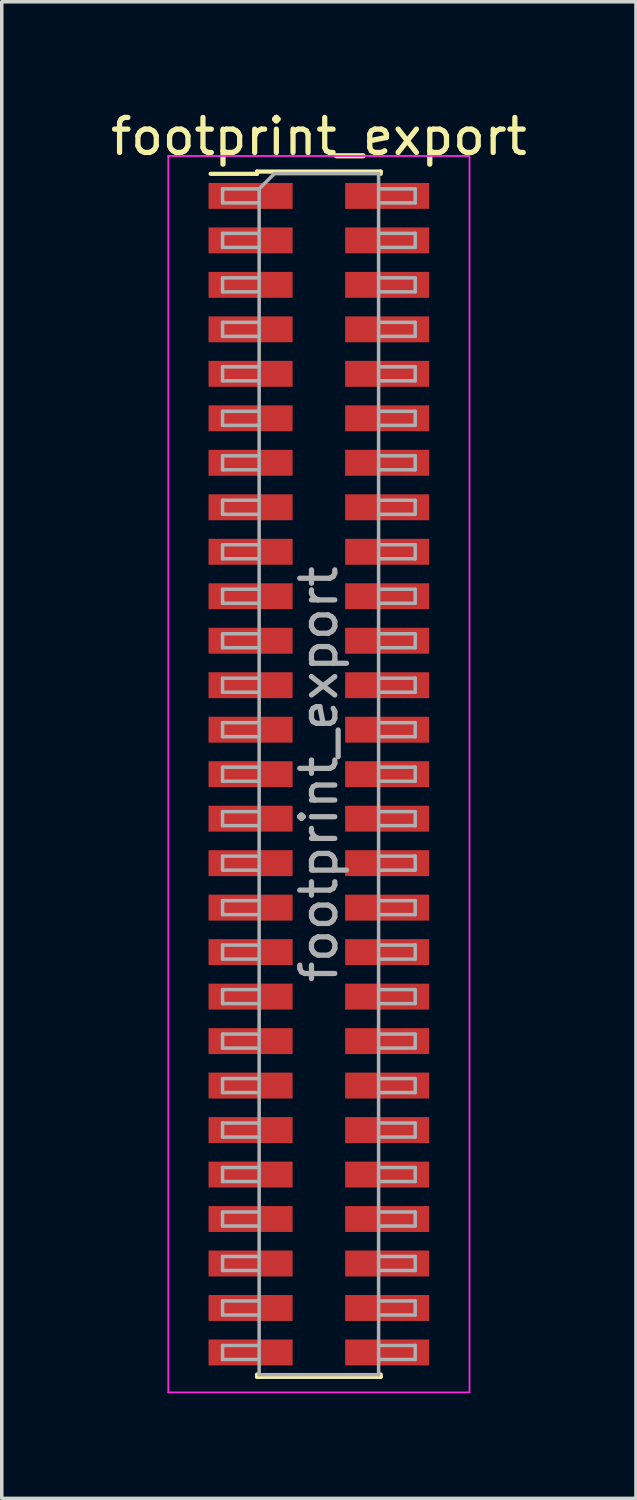
<source format=kicad_pcb>
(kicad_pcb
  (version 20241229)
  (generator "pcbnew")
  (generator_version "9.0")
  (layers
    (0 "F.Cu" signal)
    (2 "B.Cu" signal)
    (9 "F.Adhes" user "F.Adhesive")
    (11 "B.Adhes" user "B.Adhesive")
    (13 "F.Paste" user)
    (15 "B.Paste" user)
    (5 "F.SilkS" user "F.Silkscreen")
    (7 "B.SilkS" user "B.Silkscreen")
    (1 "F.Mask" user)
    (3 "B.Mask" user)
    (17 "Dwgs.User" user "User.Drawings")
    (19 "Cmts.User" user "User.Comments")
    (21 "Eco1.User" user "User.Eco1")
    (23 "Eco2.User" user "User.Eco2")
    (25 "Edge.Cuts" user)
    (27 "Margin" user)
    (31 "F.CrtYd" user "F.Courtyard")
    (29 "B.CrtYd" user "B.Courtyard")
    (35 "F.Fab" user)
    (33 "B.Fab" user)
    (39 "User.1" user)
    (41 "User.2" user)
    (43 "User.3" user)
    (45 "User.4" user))
  (footprint "footprint_export"
    (layer "F.Cu")
    (at 6.054 19.053)
    (property "Reference" "footprint_export" (at 0 -18.205 0) (layer "F.SilkS") (effects (font (size 1 1) (thickness 0.15))))
    (attr smd)
    (fp_line (start -3.09 -17.14) (end -1.765 -17.14) (stroke (width 0.12) (type solid)) (layer "F.SilkS"))
    (fp_line (start -1.765 -17.205) (end -1.765 -17.14) (stroke (width 0.12) (type solid)) (layer "F.SilkS"))
    (fp_line (start -1.765 -17.205) (end 1.765 -17.205) (stroke (width 0.12) (type solid)) (layer "F.SilkS"))
    (fp_line (start -1.765 17.14) (end -1.765 17.205) (stroke (width 0.12) (type solid)) (layer "F.SilkS"))
    (fp_line (start -1.765 17.205) (end 1.765 17.205) (stroke (width 0.12) (type solid)) (layer "F.SilkS"))
    (fp_line (start 1.765 -17.205) (end 1.765 -17.14) (stroke (width 0.12) (type solid)) (layer "F.SilkS"))
    (fp_line (start 1.765 17.14) (end 1.765 17.205) (stroke (width 0.12) (type solid)) (layer "F.SilkS"))
    (fp_line (start -4.3 -17.65) (end -4.3 17.65) (stroke (width 0.05) (type solid)) (layer "F.CrtYd"))
    (fp_line (start -4.3 17.65) (end 4.3 17.65) (stroke (width 0.05) (type solid)) (layer "F.CrtYd"))
    (fp_line (start 4.3 -17.65) (end -4.3 -17.65) (stroke (width 0.05) (type solid)) (layer "F.CrtYd"))
    (fp_line (start 4.3 17.65) (end 4.3 -17.65) (stroke (width 0.05) (type solid)) (layer "F.CrtYd"))
    (fp_line (start -2.75 -16.71) (end -2.75 -16.31) (stroke (width 0.1) (type solid)) (layer "F.Fab"))
    (fp_line (start -2.75 -16.31) (end -1.705 -16.31) (stroke (width 0.1) (type solid)) (layer "F.Fab"))
    (fp_line (start -2.75 -15.44) (end -2.75 -15.04) (stroke (width 0.1) (type solid)) (layer "F.Fab"))
    (fp_line (start -2.75 -15.04) (end -1.705 -15.04) (stroke (width 0.1) (type solid)) (layer "F.Fab"))
    (fp_line (start -2.75 -14.17) (end -2.75 -13.77) (stroke (width 0.1) (type solid)) (layer "F.Fab"))
    (fp_line (start -2.75 -13.77) (end -1.705 -13.77) (stroke (width 0.1) (type solid)) (layer "F.Fab"))
    (fp_line (start -2.75 -12.9) (end -2.75 -12.5) (stroke (width 0.1) (type solid)) (layer "F.Fab"))
    (fp_line (start -2.75 -12.5) (end -1.705 -12.5) (stroke (width 0.1) (type solid)) (layer "F.Fab"))
    (fp_line (start -2.75 -11.63) (end -2.75 -11.23) (stroke (width 0.1) (type solid)) (layer "F.Fab"))
    (fp_line (start -2.75 -11.23) (end -1.705 -11.23) (stroke (width 0.1) (type solid)) (layer "F.Fab"))
    (fp_line (start -2.75 -10.36) (end -2.75 -9.96) (stroke (width 0.1) (type solid)) (layer "F.Fab"))
    (fp_line (start -2.75 -9.96) (end -1.705 -9.96) (stroke (width 0.1) (type solid)) (layer "F.Fab"))
    (fp_line (start -2.75 -9.09) (end -2.75 -8.69) (stroke (width 0.1) (type solid)) (layer "F.Fab"))
    (fp_line (start -2.75 -8.69) (end -1.705 -8.69) (stroke (width 0.1) (type solid)) (layer "F.Fab"))
    (fp_line (start -2.75 -7.82) (end -2.75 -7.42) (stroke (width 0.1) (type solid)) (layer "F.Fab"))
    (fp_line (start -2.75 -7.42) (end -1.705 -7.42) (stroke (width 0.1) (type solid)) (layer "F.Fab"))
    (fp_line (start -2.75 -6.55) (end -2.75 -6.15) (stroke (width 0.1) (type solid)) (layer "F.Fab"))
    (fp_line (start -2.75 -6.15) (end -1.705 -6.15) (stroke (width 0.1) (type solid)) (layer "F.Fab"))
    (fp_line (start -2.75 -5.28) (end -2.75 -4.88) (stroke (width 0.1) (type solid)) (layer "F.Fab"))
    (fp_line (start -2.75 -4.88) (end -1.705 -4.88) (stroke (width 0.1) (type solid)) (layer "F.Fab"))
    (fp_line (start -2.75 -4.01) (end -2.75 -3.61) (stroke (width 0.1) (type solid)) (layer "F.Fab"))
    (fp_line (start -2.75 -3.61) (end -1.705 -3.61) (stroke (width 0.1) (type solid)) (layer "F.Fab"))
    (fp_line (start -2.75 -2.74) (end -2.75 -2.34) (stroke (width 0.1) (type solid)) (layer "F.Fab"))
    (fp_line (start -2.75 -2.34) (end -1.705 -2.34) (stroke (width 0.1) (type solid)) (layer "F.Fab"))
    (fp_line (start -2.75 -1.47) (end -2.75 -1.07) (stroke (width 0.1) (type solid)) (layer "F.Fab"))
    (fp_line (start -2.75 -1.07) (end -1.705 -1.07) (stroke (width 0.1) (type solid)) (layer "F.Fab"))
    (fp_line (start -2.75 -0.2) (end -2.75 0.2) (stroke (width 0.1) (type solid)) (layer "F.Fab"))
    (fp_line (start -2.75 0.2) (end -1.705 0.2) (stroke (width 0.1) (type solid)) (layer "F.Fab"))
    (fp_line (start -2.75 1.07) (end -2.75 1.47) (stroke (width 0.1) (type solid)) (layer "F.Fab"))
    (fp_line (start -2.75 1.47) (end -1.705 1.47) (stroke (width 0.1) (type solid)) (layer "F.Fab"))
    (fp_line (start -2.75 2.34) (end -2.75 2.74) (stroke (width 0.1) (type solid)) (layer "F.Fab"))
    (fp_line (start -2.75 2.74) (end -1.705 2.74) (stroke (width 0.1) (type solid)) (layer "F.Fab"))
    (fp_line (start -2.75 3.61) (end -2.75 4.01) (stroke (width 0.1) (type solid)) (layer "F.Fab"))
    (fp_line (start -2.75 4.01) (end -1.705 4.01) (stroke (width 0.1) (type solid)) (layer "F.Fab"))
    (fp_line (start -2.75 4.88) (end -2.75 5.28) (stroke (width 0.1) (type solid)) (layer "F.Fab"))
    (fp_line (start -2.75 5.28) (end -1.705 5.28) (stroke (width 0.1) (type solid)) (layer "F.Fab"))
    (fp_line (start -2.75 6.15) (end -2.75 6.55) (stroke (width 0.1) (type solid)) (layer "F.Fab"))
    (fp_line (start -2.75 6.55) (end -1.705 6.55) (stroke (width 0.1) (type solid)) (layer "F.Fab"))
    (fp_line (start -2.75 7.42) (end -2.75 7.82) (stroke (width 0.1) (type solid)) (layer "F.Fab"))
    (fp_line (start -2.75 7.82) (end -1.705 7.82) (stroke (width 0.1) (type solid)) (layer "F.Fab"))
    (fp_line (start -2.75 8.69) (end -2.75 9.09) (stroke (width 0.1) (type solid)) (layer "F.Fab"))
    (fp_line (start -2.75 9.09) (end -1.705 9.09) (stroke (width 0.1) (type solid)) (layer "F.Fab"))
    (fp_line (start -2.75 9.96) (end -2.75 10.36) (stroke (width 0.1) (type solid)) (layer "F.Fab"))
    (fp_line (start -2.75 10.36) (end -1.705 10.36) (stroke (width 0.1) (type solid)) (layer "F.Fab"))
    (fp_line (start -2.75 11.23) (end -2.75 11.63) (stroke (width 0.1) (type solid)) (layer "F.Fab"))
    (fp_line (start -2.75 11.63) (end -1.705 11.63) (stroke (width 0.1) (type solid)) (layer "F.Fab"))
    (fp_line (start -2.75 12.5) (end -2.75 12.9) (stroke (width 0.1) (type solid)) (layer "F.Fab"))
    (fp_line (start -2.75 12.9) (end -1.705 12.9) (stroke (width 0.1) (type solid)) (layer "F.Fab"))
    (fp_line (start -2.75 13.77) (end -2.75 14.17) (stroke (width 0.1) (type solid)) (layer "F.Fab"))
    (fp_line (start -2.75 14.17) (end -1.705 14.17) (stroke (width 0.1) (type solid)) (layer "F.Fab"))
    (fp_line (start -2.75 15.04) (end -2.75 15.44) (stroke (width 0.1) (type solid)) (layer "F.Fab"))
    (fp_line (start -2.75 15.44) (end -1.705 15.44) (stroke (width 0.1) (type solid)) (layer "F.Fab"))
    (fp_line (start -2.75 16.31) (end -2.75 16.71) (stroke (width 0.1) (type solid)) (layer "F.Fab"))
    (fp_line (start -2.75 16.71) (end -1.705 16.71) (stroke (width 0.1) (type solid)) (layer "F.Fab"))
    (fp_line (start -1.705 -16.71) (end -2.75 -16.71) (stroke (width 0.1) (type solid)) (layer "F.Fab"))
    (fp_line (start -1.705 -16.71) (end -1.27 -17.145) (stroke (width 0.1) (type solid)) (layer "F.Fab"))
    (fp_line (start -1.705 -15.44) (end -2.75 -15.44) (stroke (width 0.1) (type solid)) (layer "F.Fab"))
    (fp_line (start -1.705 -14.17) (end -2.75 -14.17) (stroke (width 0.1) (type solid)) (layer "F.Fab"))
    (fp_line (start -1.705 -12.9) (end -2.75 -12.9) (stroke (width 0.1) (type solid)) (layer "F.Fab"))
    (fp_line (start -1.705 -11.63) (end -2.75 -11.63) (stroke (width 0.1) (type solid)) (layer "F.Fab"))
    (fp_line (start -1.705 -10.36) (end -2.75 -10.36) (stroke (width 0.1) (type solid)) (layer "F.Fab"))
    (fp_line (start -1.705 -9.09) (end -2.75 -9.09) (stroke (width 0.1) (type solid)) (layer "F.Fab"))
    (fp_line (start -1.705 -7.82) (end -2.75 -7.82) (stroke (width 0.1) (type solid)) (layer "F.Fab"))
    (fp_line (start -1.705 -6.55) (end -2.75 -6.55) (stroke (width 0.1) (type solid)) (layer "F.Fab"))
    (fp_line (start -1.705 -5.28) (end -2.75 -5.28) (stroke (width 0.1) (type solid)) (layer "F.Fab"))
    (fp_line (start -1.705 -4.01) (end -2.75 -4.01) (stroke (width 0.1) (type solid)) (layer "F.Fab"))
    (fp_line (start -1.705 -2.74) (end -2.75 -2.74) (stroke (width 0.1) (type solid)) (layer "F.Fab"))
    (fp_line (start -1.705 -1.47) (end -2.75 -1.47) (stroke (width 0.1) (type solid)) (layer "F.Fab"))
    (fp_line (start -1.705 -0.2) (end -2.75 -0.2) (stroke (width 0.1) (type solid)) (layer "F.Fab"))
    (fp_line (start -1.705 1.07) (end -2.75 1.07) (stroke (width 0.1) (type solid)) (layer "F.Fab"))
    (fp_line (start -1.705 2.34) (end -2.75 2.34) (stroke (width 0.1) (type solid)) (layer "F.Fab"))
    (fp_line (start -1.705 3.61) (end -2.75 3.61) (stroke (width 0.1) (type solid)) (layer "F.Fab"))
    (fp_line (start -1.705 4.88) (end -2.75 4.88) (stroke (width 0.1) (type solid)) (layer "F.Fab"))
    (fp_line (start -1.705 6.15) (end -2.75 6.15) (stroke (width 0.1) (type solid)) (layer "F.Fab"))
    (fp_line (start -1.705 7.42) (end -2.75 7.42) (stroke (width 0.1) (type solid)) (layer "F.Fab"))
    (fp_line (start -1.705 8.69) (end -2.75 8.69) (stroke (width 0.1) (type solid)) (layer "F.Fab"))
    (fp_line (start -1.705 9.96) (end -2.75 9.96) (stroke (width 0.1) (type solid)) (layer "F.Fab"))
    (fp_line (start -1.705 11.23) (end -2.75 11.23) (stroke (width 0.1) (type solid)) (layer "F.Fab"))
    (fp_line (start -1.705 12.5) (end -2.75 12.5) (stroke (width 0.1) (type solid)) (layer "F.Fab"))
    (fp_line (start -1.705 13.77) (end -2.75 13.77) (stroke (width 0.1) (type solid)) (layer "F.Fab"))
    (fp_line (start -1.705 15.04) (end -2.75 15.04) (stroke (width 0.1) (type solid)) (layer "F.Fab"))
    (fp_line (start -1.705 16.31) (end -2.75 16.31) (stroke (width 0.1) (type solid)) (layer "F.Fab"))
    (fp_line (start -1.705 17.145) (end -1.705 -16.71) (stroke (width 0.1) (type solid)) (layer "F.Fab"))
    (fp_line (start -1.27 -17.145) (end 1.705 -17.145) (stroke (width 0.1) (type solid)) (layer "F.Fab"))
    (fp_line (start 1.705 -17.145) (end 1.705 17.145) (stroke (width 0.1) (type solid)) (layer "F.Fab"))
    (fp_line (start 1.705 -16.71) (end 2.75 -16.71) (stroke (width 0.1) (type solid)) (layer "F.Fab"))
    (fp_line (start 1.705 -15.44) (end 2.75 -15.44) (stroke (width 0.1) (type solid)) (layer "F.Fab"))
    (fp_line (start 1.705 -14.17) (end 2.75 -14.17) (stroke (width 0.1) (type solid)) (layer "F.Fab"))
    (fp_line (start 1.705 -12.9) (end 2.75 -12.9) (stroke (width 0.1) (type solid)) (layer "F.Fab"))
    (fp_line (start 1.705 -11.63) (end 2.75 -11.63) (stroke (width 0.1) (type solid)) (layer "F.Fab"))
    (fp_line (start 1.705 -10.36) (end 2.75 -10.36) (stroke (width 0.1) (type solid)) (layer "F.Fab"))
    (fp_line (start 1.705 -9.09) (end 2.75 -9.09) (stroke (width 0.1) (type solid)) (layer "F.Fab"))
    (fp_line (start 1.705 -7.82) (end 2.75 -7.82) (stroke (width 0.1) (type solid)) (layer "F.Fab"))
    (fp_line (start 1.705 -6.55) (end 2.75 -6.55) (stroke (width 0.1) (type solid)) (layer "F.Fab"))
    (fp_line (start 1.705 -5.28) (end 2.75 -5.28) (stroke (width 0.1) (type solid)) (layer "F.Fab"))
    (fp_line (start 1.705 -4.01) (end 2.75 -4.01) (stroke (width 0.1) (type solid)) (layer "F.Fab"))
    (fp_line (start 1.705 -2.74) (end 2.75 -2.74) (stroke (width 0.1) (type solid)) (layer "F.Fab"))
    (fp_line (start 1.705 -1.47) (end 2.75 -1.47) (stroke (width 0.1) (type solid)) (layer "F.Fab"))
    (fp_line (start 1.705 -0.2) (end 2.75 -0.2) (stroke (width 0.1) (type solid)) (layer "F.Fab"))
    (fp_line (start 1.705 1.07) (end 2.75 1.07) (stroke (width 0.1) (type solid)) (layer "F.Fab"))
    (fp_line (start 1.705 2.34) (end 2.75 2.34) (stroke (width 0.1) (type solid)) (layer "F.Fab"))
    (fp_line (start 1.705 3.61) (end 2.75 3.61) (stroke (width 0.1) (type solid)) (layer "F.Fab"))
    (fp_line (start 1.705 4.88) (end 2.75 4.88) (stroke (width 0.1) (type solid)) (layer "F.Fab"))
    (fp_line (start 1.705 6.15) (end 2.75 6.15) (stroke (width 0.1) (type solid)) (layer "F.Fab"))
    (fp_line (start 1.705 7.42) (end 2.75 7.42) (stroke (width 0.1) (type solid)) (layer "F.Fab"))
    (fp_line (start 1.705 8.69) (end 2.75 8.69) (stroke (width 0.1) (type solid)) (layer "F.Fab"))
    (fp_line (start 1.705 9.96) (end 2.75 9.96) (stroke (width 0.1) (type solid)) (layer "F.Fab"))
    (fp_line (start 1.705 11.23) (end 2.75 11.23) (stroke (width 0.1) (type solid)) (layer "F.Fab"))
    (fp_line (start 1.705 12.5) (end 2.75 12.5) (stroke (width 0.1) (type solid)) (layer "F.Fab"))
    (fp_line (start 1.705 13.77) (end 2.75 13.77) (stroke (width 0.1) (type solid)) (layer "F.Fab"))
    (fp_line (start 1.705 15.04) (end 2.75 15.04) (stroke (width 0.1) (type solid)) (layer "F.Fab"))
    (fp_line (start 1.705 16.31) (end 2.75 16.31) (stroke (width 0.1) (type solid)) (layer "F.Fab"))
    (fp_line (start 1.705 17.145) (end -1.705 17.145) (stroke (width 0.1) (type solid)) (layer "F.Fab"))
    (fp_line (start 2.75 -16.71) (end 2.75 -16.31) (stroke (width 0.1) (type solid)) (layer "F.Fab"))
    (fp_line (start 2.75 -16.31) (end 1.705 -16.31) (stroke (width 0.1) (type solid)) (layer "F.Fab"))
    (fp_line (start 2.75 -15.44) (end 2.75 -15.04) (stroke (width 0.1) (type solid)) (layer "F.Fab"))
    (fp_line (start 2.75 -15.04) (end 1.705 -15.04) (stroke (width 0.1) (type solid)) (layer "F.Fab"))
    (fp_line (start 2.75 -14.17) (end 2.75 -13.77) (stroke (width 0.1) (type solid)) (layer "F.Fab"))
    (fp_line (start 2.75 -13.77) (end 1.705 -13.77) (stroke (width 0.1) (type solid)) (layer "F.Fab"))
    (fp_line (start 2.75 -12.9) (end 2.75 -12.5) (stroke (width 0.1) (type solid)) (layer "F.Fab"))
    (fp_line (start 2.75 -12.5) (end 1.705 -12.5) (stroke (width 0.1) (type solid)) (layer "F.Fab"))
    (fp_line (start 2.75 -11.63) (end 2.75 -11.23) (stroke (width 0.1) (type solid)) (layer "F.Fab"))
    (fp_line (start 2.75 -11.23) (end 1.705 -11.23) (stroke (width 0.1) (type solid)) (layer "F.Fab"))
    (fp_line (start 2.75 -10.36) (end 2.75 -9.96) (stroke (width 0.1) (type solid)) (layer "F.Fab"))
    (fp_line (start 2.75 -9.96) (end 1.705 -9.96) (stroke (width 0.1) (type solid)) (layer "F.Fab"))
    (fp_line (start 2.75 -9.09) (end 2.75 -8.69) (stroke (width 0.1) (type solid)) (layer "F.Fab"))
    (fp_line (start 2.75 -8.69) (end 1.705 -8.69) (stroke (width 0.1) (type solid)) (layer "F.Fab"))
    (fp_line (start 2.75 -7.82) (end 2.75 -7.42) (stroke (width 0.1) (type solid)) (layer "F.Fab"))
    (fp_line (start 2.75 -7.42) (end 1.705 -7.42) (stroke (width 0.1) (type solid)) (layer "F.Fab"))
    (fp_line (start 2.75 -6.55) (end 2.75 -6.15) (stroke (width 0.1) (type solid)) (layer "F.Fab"))
    (fp_line (start 2.75 -6.15) (end 1.705 -6.15) (stroke (width 0.1) (type solid)) (layer "F.Fab"))
    (fp_line (start 2.75 -5.28) (end 2.75 -4.88) (stroke (width 0.1) (type solid)) (layer "F.Fab"))
    (fp_line (start 2.75 -4.88) (end 1.705 -4.88) (stroke (width 0.1) (type solid)) (layer "F.Fab"))
    (fp_line (start 2.75 -4.01) (end 2.75 -3.61) (stroke (width 0.1) (type solid)) (layer "F.Fab"))
    (fp_line (start 2.75 -3.61) (end 1.705 -3.61) (stroke (width 0.1) (type solid)) (layer "F.Fab"))
    (fp_line (start 2.75 -2.74) (end 2.75 -2.34) (stroke (width 0.1) (type solid)) (layer "F.Fab"))
    (fp_line (start 2.75 -2.34) (end 1.705 -2.34) (stroke (width 0.1) (type solid)) (layer "F.Fab"))
    (fp_line (start 2.75 -1.47) (end 2.75 -1.07) (stroke (width 0.1) (type solid)) (layer "F.Fab"))
    (fp_line (start 2.75 -1.07) (end 1.705 -1.07) (stroke (width 0.1) (type solid)) (layer "F.Fab"))
    (fp_line (start 2.75 -0.2) (end 2.75 0.2) (stroke (width 0.1) (type solid)) (layer "F.Fab"))
    (fp_line (start 2.75 0.2) (end 1.705 0.2) (stroke (width 0.1) (type solid)) (layer "F.Fab"))
    (fp_line (start 2.75 1.07) (end 2.75 1.47) (stroke (width 0.1) (type solid)) (layer "F.Fab"))
    (fp_line (start 2.75 1.47) (end 1.705 1.47) (stroke (width 0.1) (type solid)) (layer "F.Fab"))
    (fp_line (start 2.75 2.34) (end 2.75 2.74) (stroke (width 0.1) (type solid)) (layer "F.Fab"))
    (fp_line (start 2.75 2.74) (end 1.705 2.74) (stroke (width 0.1) (type solid)) (layer "F.Fab"))
    (fp_line (start 2.75 3.61) (end 2.75 4.01) (stroke (width 0.1) (type solid)) (layer "F.Fab"))
    (fp_line (start 2.75 4.01) (end 1.705 4.01) (stroke (width 0.1) (type solid)) (layer "F.Fab"))
    (fp_line (start 2.75 4.88) (end 2.75 5.28) (stroke (width 0.1) (type solid)) (layer "F.Fab"))
    (fp_line (start 2.75 5.28) (end 1.705 5.28) (stroke (width 0.1) (type solid)) (layer "F.Fab"))
    (fp_line (start 2.75 6.15) (end 2.75 6.55) (stroke (width 0.1) (type solid)) (layer "F.Fab"))
    (fp_line (start 2.75 6.55) (end 1.705 6.55) (stroke (width 0.1) (type solid)) (layer "F.Fab"))
    (fp_line (start 2.75 7.42) (end 2.75 7.82) (stroke (width 0.1) (type solid)) (layer "F.Fab"))
    (fp_line (start 2.75 7.82) (end 1.705 7.82) (stroke (width 0.1) (type solid)) (layer "F.Fab"))
    (fp_line (start 2.75 8.69) (end 2.75 9.09) (stroke (width 0.1) (type solid)) (layer "F.Fab"))
    (fp_line (start 2.75 9.09) (end 1.705 9.09) (stroke (width 0.1) (type solid)) (layer "F.Fab"))
    (fp_line (start 2.75 9.96) (end 2.75 10.36) (stroke (width 0.1) (type solid)) (layer "F.Fab"))
    (fp_line (start 2.75 10.36) (end 1.705 10.36) (stroke (width 0.1) (type solid)) (layer "F.Fab"))
    (fp_line (start 2.75 11.23) (end 2.75 11.63) (stroke (width 0.1) (type solid)) (layer "F.Fab"))
    (fp_line (start 2.75 11.63) (end 1.705 11.63) (stroke (width 0.1) (type solid)) (layer "F.Fab"))
    (fp_line (start 2.75 12.5) (end 2.75 12.9) (stroke (width 0.1) (type solid)) (layer "F.Fab"))
    (fp_line (start 2.75 12.9) (end 1.705 12.9) (stroke (width 0.1) (type solid)) (layer "F.Fab"))
    (fp_line (start 2.75 13.77) (end 2.75 14.17) (stroke (width 0.1) (type solid)) (layer "F.Fab"))
    (fp_line (start 2.75 14.17) (end 1.705 14.17) (stroke (width 0.1) (type solid)) (layer "F.Fab"))
    (fp_line (start 2.75 15.04) (end 2.75 15.44) (stroke (width 0.1) (type solid)) (layer "F.Fab"))
    (fp_line (start 2.75 15.44) (end 1.705 15.44) (stroke (width 0.1) (type solid)) (layer "F.Fab"))
    (fp_line (start 2.75 16.31) (end 2.75 16.71) (stroke (width 0.1) (type solid)) (layer "F.Fab"))
    (fp_line (start 2.75 16.71) (end 1.705 16.71) (stroke (width 0.1) (type solid)) (layer "F.Fab"))
    (fp_text user "${REFERENCE}" (at 0 0 90) (layer "F.Fab") (effects (font (size 1 1) (thickness 0.15))))
    (pad "1" smd rect (at -1.95 -16.51) (size 2.4 0.74) (layers "F.Cu" "F.Mask" "F.Paste"))
    (pad "2" smd rect (at 1.95 -16.51) (size 2.4 0.74) (layers "F.Cu" "F.Mask" "F.Paste"))
    (pad "3" smd rect (at -1.95 -15.24) (size 2.4 0.74) (layers "F.Cu" "F.Mask" "F.Paste"))
    (pad "4" smd rect (at 1.95 -15.24) (size 2.4 0.74) (layers "F.Cu" "F.Mask" "F.Paste"))
    (pad "5" smd rect (at -1.95 -13.97) (size 2.4 0.74) (layers "F.Cu" "F.Mask" "F.Paste"))
    (pad "6" smd rect (at 1.95 -13.97) (size 2.4 0.74) (layers "F.Cu" "F.Mask" "F.Paste"))
    (pad "7" smd rect (at -1.95 -12.7) (size 2.4 0.74) (layers "F.Cu" "F.Mask" "F.Paste"))
    (pad "8" smd rect (at 1.95 -12.7) (size 2.4 0.74) (layers "F.Cu" "F.Mask" "F.Paste"))
    (pad "9" smd rect (at -1.95 -11.43) (size 2.4 0.74) (layers "F.Cu" "F.Mask" "F.Paste"))
    (pad "10" smd rect (at 1.95 -11.43) (size 2.4 0.74) (layers "F.Cu" "F.Mask" "F.Paste"))
    (pad "11" smd rect (at -1.95 -10.16) (size 2.4 0.74) (layers "F.Cu" "F.Mask" "F.Paste"))
    (pad "12" smd rect (at 1.95 -10.16) (size 2.4 0.74) (layers "F.Cu" "F.Mask" "F.Paste"))
    (pad "13" smd rect (at -1.95 -8.89) (size 2.4 0.74) (layers "F.Cu" "F.Mask" "F.Paste"))
    (pad "14" smd rect (at 1.95 -8.89) (size 2.4 0.74) (layers "F.Cu" "F.Mask" "F.Paste"))
    (pad "15" smd rect (at -1.95 -7.62) (size 2.4 0.74) (layers "F.Cu" "F.Mask" "F.Paste"))
    (pad "16" smd rect (at 1.95 -7.62) (size 2.4 0.74) (layers "F.Cu" "F.Mask" "F.Paste"))
    (pad "17" smd rect (at -1.95 -6.35) (size 2.4 0.74) (layers "F.Cu" "F.Mask" "F.Paste"))
    (pad "18" smd rect (at 1.95 -6.35) (size 2.4 0.74) (layers "F.Cu" "F.Mask" "F.Paste"))
    (pad "19" smd rect (at -1.95 -5.08) (size 2.4 0.74) (layers "F.Cu" "F.Mask" "F.Paste"))
    (pad "20" smd rect (at 1.95 -5.08) (size 2.4 0.74) (layers "F.Cu" "F.Mask" "F.Paste"))
    (pad "21" smd rect (at -1.95 -3.81) (size 2.4 0.74) (layers "F.Cu" "F.Mask" "F.Paste"))
    (pad "22" smd rect (at 1.95 -3.81) (size 2.4 0.74) (layers "F.Cu" "F.Mask" "F.Paste"))
    (pad "23" smd rect (at -1.95 -2.54) (size 2.4 0.74) (layers "F.Cu" "F.Mask" "F.Paste"))
    (pad "24" smd rect (at 1.95 -2.54) (size 2.4 0.74) (layers "F.Cu" "F.Mask" "F.Paste"))
    (pad "25" smd rect (at -1.95 -1.27) (size 2.4 0.74) (layers "F.Cu" "F.Mask" "F.Paste"))
    (pad "26" smd rect (at 1.95 -1.27) (size 2.4 0.74) (layers "F.Cu" "F.Mask" "F.Paste"))
    (pad "27" smd rect (at -1.95 0) (size 2.4 0.74) (layers "F.Cu" "F.Mask" "F.Paste"))
    (pad "28" smd rect (at 1.95 0) (size 2.4 0.74) (layers "F.Cu" "F.Mask" "F.Paste"))
    (pad "29" smd rect (at -1.95 1.27) (size 2.4 0.74) (layers "F.Cu" "F.Mask" "F.Paste"))
    (pad "30" smd rect (at 1.95 1.27) (size 2.4 0.74) (layers "F.Cu" "F.Mask" "F.Paste"))
    (pad "31" smd rect (at -1.95 2.54) (size 2.4 0.74) (layers "F.Cu" "F.Mask" "F.Paste"))
    (pad "32" smd rect (at 1.95 2.54) (size 2.4 0.74) (layers "F.Cu" "F.Mask" "F.Paste"))
    (pad "33" smd rect (at -1.95 3.81) (size 2.4 0.74) (layers "F.Cu" "F.Mask" "F.Paste"))
    (pad "34" smd rect (at 1.95 3.81) (size 2.4 0.74) (layers "F.Cu" "F.Mask" "F.Paste"))
    (pad "35" smd rect (at -1.95 5.08) (size 2.4 0.74) (layers "F.Cu" "F.Mask" "F.Paste"))
    (pad "36" smd rect (at 1.95 5.08) (size 2.4 0.74) (layers "F.Cu" "F.Mask" "F.Paste"))
    (pad "37" smd rect (at -1.95 6.35) (size 2.4 0.74) (layers "F.Cu" "F.Mask" "F.Paste"))
    (pad "38" smd rect (at 1.95 6.35) (size 2.4 0.74) (layers "F.Cu" "F.Mask" "F.Paste"))
    (pad "39" smd rect (at -1.95 7.62) (size 2.4 0.74) (layers "F.Cu" "F.Mask" "F.Paste"))
    (pad "40" smd rect (at 1.95 7.62) (size 2.4 0.74) (layers "F.Cu" "F.Mask" "F.Paste"))
    (pad "41" smd rect (at -1.95 8.89) (size 2.4 0.74) (layers "F.Cu" "F.Mask" "F.Paste"))
    (pad "42" smd rect (at 1.95 8.89) (size 2.4 0.74) (layers "F.Cu" "F.Mask" "F.Paste"))
    (pad "43" smd rect (at -1.95 10.16) (size 2.4 0.74) (layers "F.Cu" "F.Mask" "F.Paste"))
    (pad "44" smd rect (at 1.95 10.16) (size 2.4 0.74) (layers "F.Cu" "F.Mask" "F.Paste"))
    (pad "45" smd rect (at -1.95 11.43) (size 2.4 0.74) (layers "F.Cu" "F.Mask" "F.Paste"))
    (pad "46" smd rect (at 1.95 11.43) (size 2.4 0.74) (layers "F.Cu" "F.Mask" "F.Paste"))
    (pad "47" smd rect (at -1.95 12.7) (size 2.4 0.74) (layers "F.Cu" "F.Mask" "F.Paste"))
    (pad "48" smd rect (at 1.95 12.7) (size 2.4 0.74) (layers "F.Cu" "F.Mask" "F.Paste"))
    (pad "49" smd rect (at -1.95 13.97) (size 2.4 0.74) (layers "F.Cu" "F.Mask" "F.Paste"))
    (pad "50" smd rect (at 1.95 13.97) (size 2.4 0.74) (layers "F.Cu" "F.Mask" "F.Paste"))
    (pad "51" smd rect (at -1.95 15.24) (size 2.4 0.74) (layers "F.Cu" "F.Mask" "F.Paste"))
    (pad "52" smd rect (at 1.95 15.24) (size 2.4 0.74) (layers "F.Cu" "F.Mask" "F.Paste"))
    (pad "53" smd rect (at -1.95 16.51) (size 2.4 0.74) (layers "F.Cu" "F.Mask" "F.Paste"))
    (pad "54" smd rect (at 1.95 16.51) (size 2.4 0.74) (layers "F.Cu" "F.Mask" "F.Paste")))
  (gr_rect
    (start -3 -3)
    (end 15.107 39.728)
    (stroke (width 0.1) (type default))
    (fill no)
    (layer "Edge.Cuts")))
</source>
